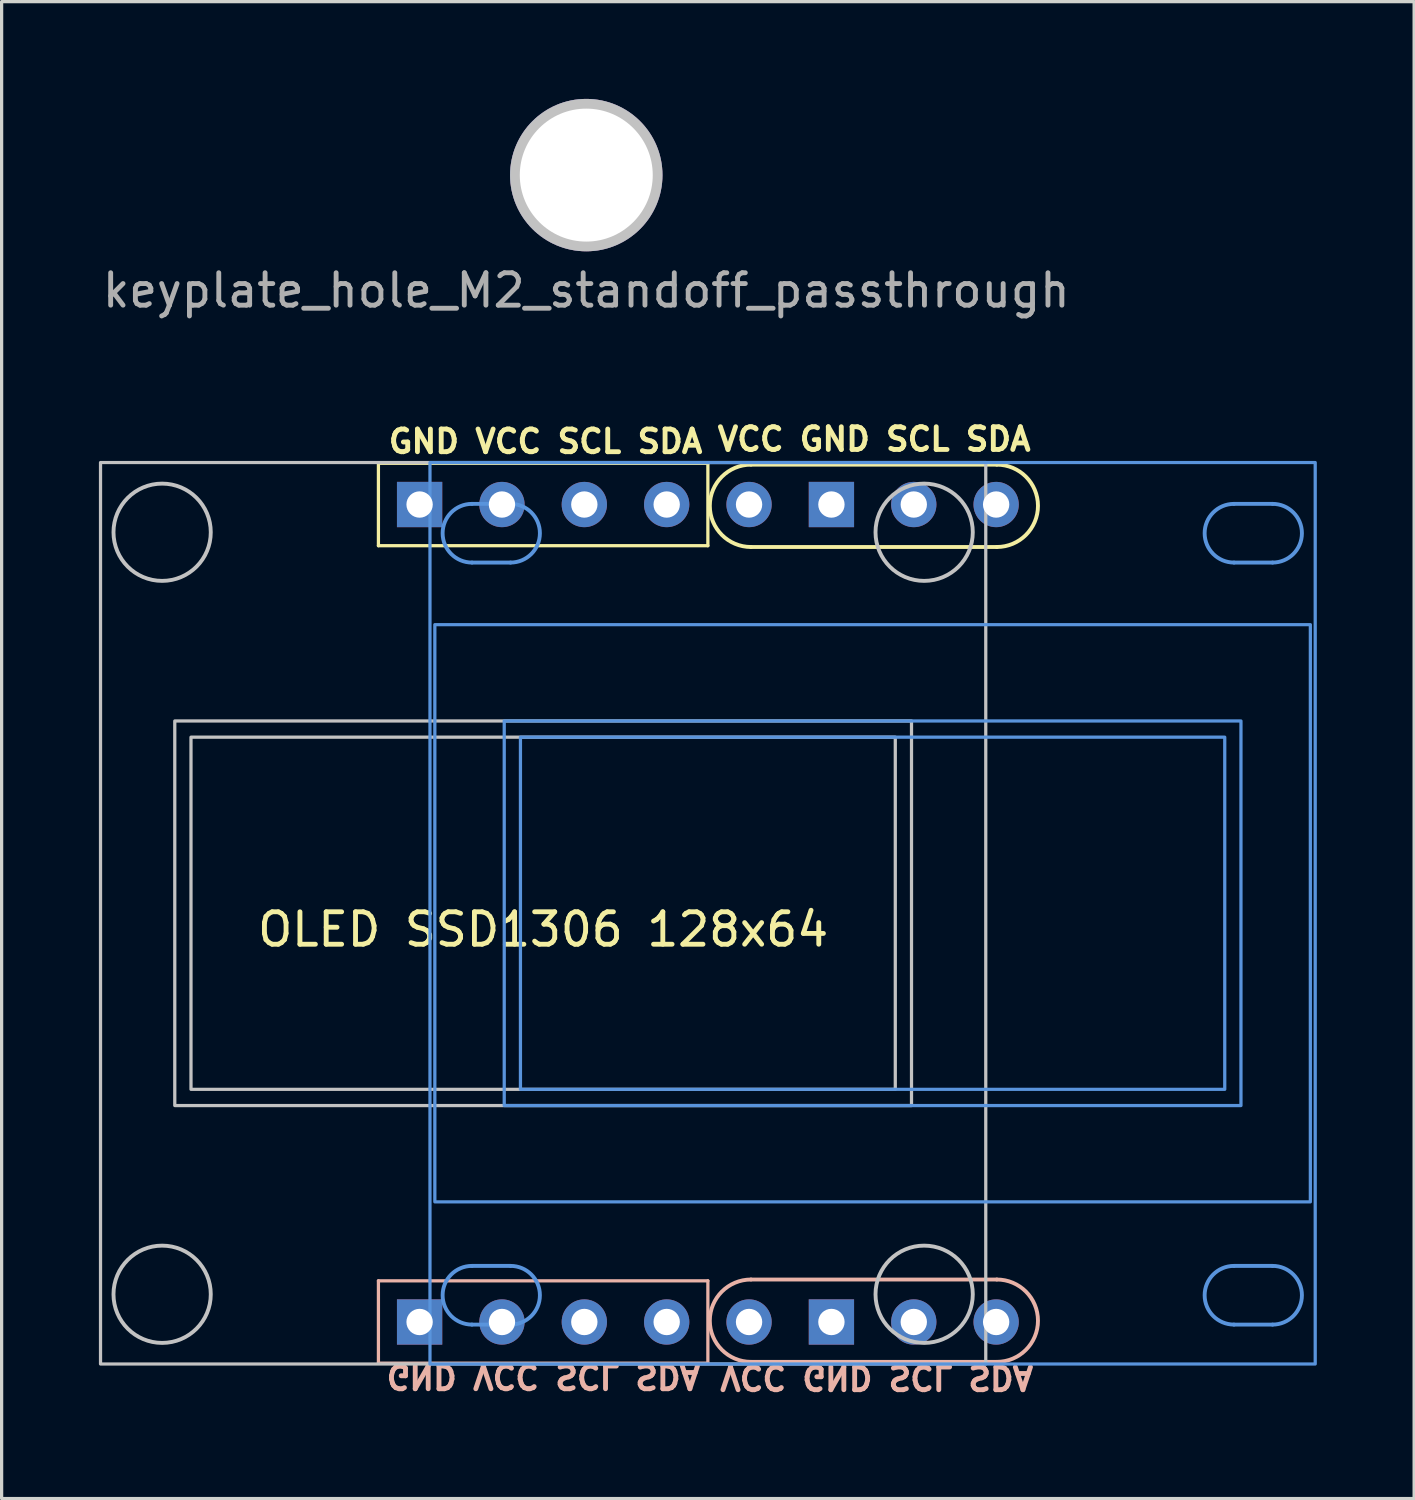
<source format=kicad_pcb>
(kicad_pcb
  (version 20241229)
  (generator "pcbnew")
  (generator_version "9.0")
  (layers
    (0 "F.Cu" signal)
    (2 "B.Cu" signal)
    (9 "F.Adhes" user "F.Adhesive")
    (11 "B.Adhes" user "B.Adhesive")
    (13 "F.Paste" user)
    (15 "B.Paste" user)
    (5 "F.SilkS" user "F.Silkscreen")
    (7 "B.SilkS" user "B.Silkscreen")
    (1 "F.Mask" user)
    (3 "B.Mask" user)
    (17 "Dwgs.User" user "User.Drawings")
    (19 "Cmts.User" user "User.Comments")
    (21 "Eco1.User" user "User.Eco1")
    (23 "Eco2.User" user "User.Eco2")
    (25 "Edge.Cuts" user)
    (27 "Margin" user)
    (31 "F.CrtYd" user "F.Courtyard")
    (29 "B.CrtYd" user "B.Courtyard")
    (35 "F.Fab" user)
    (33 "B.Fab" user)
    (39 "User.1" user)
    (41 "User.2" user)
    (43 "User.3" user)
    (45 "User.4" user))
  (footprint "OLED SSD1306 128x64"
    (layer "F.Cu")
    (at 13.69 25.144)
    (property "Reference" "OLED SSD1306 128x64" (at 0.01 0.47 0) (unlocked yes) (layer "F.SilkS") (effects (font (size 1 1) (thickness 0.15))))
    (attr through_hole exclude_from_pos_files exclude_from_bom)
    (fp_line (start -5.07 -11.365) (end -5.07 -13.905) (stroke (width 0.1) (type solid)) (layer "F.SilkS"))
    (fp_line (start -5.07 -11.365) (end 5.09 -11.365) (stroke (width 0.1) (type solid)) (layer "F.SilkS"))
    (fp_line (start 5.09 -13.905) (end -5.07 -13.905) (stroke (width 0.1) (type solid)) (layer "F.SilkS"))
    (fp_line (start 5.09 -13.905) (end 5.09 -11.365) (stroke (width 0.1) (type solid)) (layer "F.SilkS"))
    (fp_line (start 6.42 -11.325) (end 14 -11.325) (stroke (width 0.12) (type default)) (layer "F.SilkS"))
    (fp_line (start 14 -13.865) (end 6.42 -13.865) (stroke (width 0.12) (type default)) (layer "F.SilkS"))
    (fp_arc (start 6.42 -11.325) (mid 5.15 -12.595) (end 6.42 -13.865) (stroke (width 0.12) (type default)) (layer "F.SilkS"))
    (fp_arc (start 14 -13.865) (mid 15.27 -12.595) (end 14 -11.325) (stroke (width 0.12) (type default)) (layer "F.SilkS"))
    (fp_line (start -5.07 11.305) (end -5.07 13.845) (stroke (width 0.1) (type solid)) (layer "B.SilkS"))
    (fp_line (start -5.07 11.305) (end 5.09 11.305) (stroke (width 0.1) (type solid)) (layer "B.SilkS"))
    (fp_line (start 5.09 13.845) (end -5.07 13.845) (stroke (width 0.1) (type solid)) (layer "B.SilkS"))
    (fp_line (start 5.09 13.845) (end 5.09 11.305) (stroke (width 0.1) (type solid)) (layer "B.SilkS"))
    (fp_line (start 6.42 11.265) (end 14 11.265) (stroke (width 0.12) (type default)) (layer "B.SilkS"))
    (fp_line (start 14 13.805) (end 6.42 13.805) (stroke (width 0.12) (type default)) (layer "B.SilkS"))
    (fp_arc (start 6.42 13.805) (mid 5.15 12.535) (end 6.42 11.265) (stroke (width 0.12) (type default)) (layer "B.SilkS"))
    (fp_arc (start 14 11.265) (mid 15.27 12.535) (end 14 13.805) (stroke (width 0.12) (type default)) (layer "B.SilkS"))
    (fp_rect (start -11.35 5.9) (end 11.37 -5.96) (stroke (width 0.1) (type solid)) (fill no) (layer "Dwgs.User"))
    (fp_rect (start -10.85 5.4) (end 10.87 -5.46) (stroke (width 0.1) (type solid)) (fill no) (layer "Dwgs.User"))
    (fp_rect (start 13.66 13.87) (end -13.64 -13.93) (stroke (width 0.1) (type solid)) (fill no) (layer "Dwgs.User"))
    (fp_circle (center -11.74 -11.78) (end -10.24 -11.78) (stroke (width 0.12) (type default)) (fill no) (layer "Dwgs.User"))
    (fp_circle (center -11.74 11.72) (end -10.24 11.72) (stroke (width 0.12) (type default)) (fill no) (layer "Dwgs.User"))
    (fp_circle (center 11.76 -11.78) (end 13.26 -11.78) (stroke (width 0.12) (type default)) (fill no) (layer "Dwgs.User"))
    (fp_circle (center 11.76 11.72) (end 13.26 11.72) (stroke (width 0.12) (type default)) (fill no) (layer "Dwgs.User"))
    (fp_line (start -2.185 -10.845) (end -0.995 -10.845) (stroke (width 0.12) (type default)) (layer "Cmts.User"))
    (fp_line (start -2.185 12.655) (end -0.995 12.655) (stroke (width 0.12) (type default)) (layer "Cmts.User"))
    (fp_line (start -0.995 -12.655) (end -2.185 -12.655) (stroke (width 0.12) (type default)) (layer "Cmts.User"))
    (fp_line (start -0.995 10.845) (end -2.185 10.845) (stroke (width 0.12) (type default)) (layer "Cmts.User"))
    (fp_line (start 21.315 -10.845) (end 22.505 -10.845) (stroke (width 0.12) (type default)) (layer "Cmts.User"))
    (fp_line (start 21.315 12.655) (end 22.505 12.655) (stroke (width 0.12) (type default)) (layer "Cmts.User"))
    (fp_line (start 22.505 -12.655) (end 21.315 -12.655) (stroke (width 0.12) (type default)) (layer "Cmts.User"))
    (fp_line (start 22.505 10.845) (end 21.315 10.845) (stroke (width 0.12) (type default)) (layer "Cmts.User"))
    (fp_rect (start -3.48 -13.93) (end 23.82 13.87) (stroke (width 0.1) (type solid)) (fill no) (layer "Cmts.User"))
    (fp_rect (start 21.03 -5.46) (end -0.69 5.4) (stroke (width 0.1) (type solid)) (fill no) (layer "Cmts.User"))
    (fp_rect (start 21.53 -5.96) (end -1.19 5.9) (stroke (width 0.1) (type solid)) (fill no) (layer "Cmts.User"))
    (fp_rect (start 23.67 -8.93) (end -3.33 8.87) (stroke (width 0.1) (type solid)) (fill no) (layer "Cmts.User"))
    (fp_arc (start -2.185 -10.845) (mid -3.09 -11.75) (end -2.185 -12.655) (stroke (width 0.12) (type default)) (layer "Cmts.User"))
    (fp_arc (start -2.185 12.655) (mid -3.09 11.75) (end -2.185 10.845) (stroke (width 0.12) (type default)) (layer "Cmts.User"))
    (fp_arc (start -0.995 -12.655) (mid -0.09 -11.75) (end -0.995 -10.845) (stroke (width 0.12) (type default)) (layer "Cmts.User"))
    (fp_arc (start -0.995 10.845) (mid -0.09 11.75) (end -0.995 12.655) (stroke (width 0.12) (type default)) (layer "Cmts.User"))
    (fp_arc (start 21.315 -10.845) (mid 20.41 -11.75) (end 21.315 -12.655) (stroke (width 0.12) (type default)) (layer "Cmts.User"))
    (fp_arc (start 21.315 12.655) (mid 20.41 11.75) (end 21.315 10.845) (stroke (width 0.12) (type default)) (layer "Cmts.User"))
    (fp_arc (start 22.505 -12.655) (mid 23.41 -11.75) (end 22.505 -10.845) (stroke (width 0.12) (type default)) (layer "Cmts.User"))
    (fp_arc (start 22.505 10.845) (mid 23.41 11.75) (end 22.505 12.655) (stroke (width 0.12) (type default)) (layer "Cmts.User"))
    (fp_rect (start -13.48 -8.93) (end 13.49 8.86) (stroke (width 0.12) (type default)) (fill no) (layer "User.7"))
    (fp_rect (start -3.33 -8.93) (end 23.67 8.86) (stroke (width 0.12) (type default)) (fill no) (layer "User.7"))
    (fp_text user "SCL" (at 0.37 -14.17 0) (unlocked yes) (layer "F.SilkS") (effects (font (size 0.7 0.7) (thickness 0.15) (bold yes)) (justify left bottom)))
    (fp_text user "GND" (at 7.839 -14.24 0) (unlocked yes) (layer "F.SilkS") (effects (font (size 0.7 0.7) (thickness 0.15) (bold yes)) (justify left bottom)))
    (fp_text user "VCC" (at 5.311 -14.24 0) (unlocked yes) (layer "F.SilkS") (effects (font (size 0.7 0.7) (thickness 0.15) (bold yes)) (justify left bottom)))
    (fp_text user "GND" (at -4.832 -14.17 0) (unlocked yes) (layer "F.SilkS") (effects (font (size 0.7 0.7) (thickness 0.15) (bold yes)) (justify left bottom)))
    (fp_text user "SCL" (at 10.5 -14.24 0) (unlocked yes) (layer "F.SilkS") (effects (font (size 0.7 0.7) (thickness 0.15) (bold yes)) (justify left bottom)))
    (fp_text user "SDA" (at 2.838 -14.17 0) (unlocked yes) (layer "F.SilkS") (effects (font (size 0.7 0.7) (thickness 0.15) (bold yes)) (justify left bottom)))
    (fp_text user "SDA" (at 12.961 -14.24 0) (unlocked yes) (layer "F.SilkS") (effects (font (size 0.7 0.7) (thickness 0.15) (bold yes)) (justify left bottom)))
    (fp_text user "VCC" (at -2.164 -14.17 0) (unlocked yes) (layer "F.SilkS") (effects (font (size 0.7 0.7) (thickness 0.15) (bold yes)) (justify left bottom)))
    (fp_text user "SDA" (at 13.04 13.87 180) (unlocked yes) (layer "B.SilkS") (effects (font (size 0.7 0.7) (thickness 0.15) (bold yes)) (justify left bottom mirror)))
    (fp_text user "GND" (at 7.918 13.87 180) (unlocked yes) (layer "B.SilkS") (effects (font (size 0.7 0.7) (thickness 0.15) (bold yes)) (justify left bottom mirror)))
    (fp_text user "SCL" (at 10.579 13.87 180) (unlocked yes) (layer "B.SilkS") (effects (font (size 0.7 0.7) (thickness 0.15) (bold yes)) (justify left bottom mirror)))
    (fp_text user "VCC" (at 5.39 13.87 180) (unlocked yes) (layer "B.SilkS") (effects (font (size 0.7 0.7) (thickness 0.15) (bold yes)) (justify left bottom mirror)))
    (fp_text user "SCL" (at 0.302 13.84 180) (unlocked yes) (layer "B.SilkS") (effects (font (size 0.7 0.7) (thickness 0.15) (bold yes)) (justify left bottom mirror)))
    (fp_text user "SDA" (at 2.77 13.84 180) (unlocked yes) (layer "B.SilkS") (effects (font (size 0.7 0.7) (thickness 0.15) (bold yes)) (justify left bottom mirror)))
    (fp_text user "GND" (at -4.9 13.84 180) (unlocked yes) (layer "B.SilkS") (effects (font (size 0.7 0.7) (thickness 0.15) (bold yes)) (justify left bottom mirror)))
    (fp_text user "VCC" (at -2.232 13.84 180) (unlocked yes) (layer "B.SilkS") (effects (font (size 0.7 0.7) (thickness 0.15) (bold yes)) (justify left bottom mirror)))
    (pad "1" thru_hole circle (at 3.82 -12.635) (size 1.397 1.397) (drill 0.813) (layers "*.Cu" "B.Mask"))
    (pad "1" thru_hole circle (at 3.82 12.575 180) (size 1.397 1.397) (drill 0.813) (layers "*.Cu" "F.Mask"))
    (pad "1" thru_hole circle (at 13.98 -12.635) (size 1.397 1.397) (drill 0.813) (layers "*.Cu" "B.Mask"))
    (pad "1" thru_hole circle (at 13.98 12.575 180) (size 1.397 1.397) (drill 0.813) (layers "*.Cu" "F.Mask"))
    (pad "2" thru_hole circle (at 1.28 -12.635) (size 1.397 1.397) (drill 0.813) (layers "*.Cu" "B.Mask"))
    (pad "2" thru_hole circle (at 1.28 12.575 180) (size 1.397 1.397) (drill 0.813) (layers "*.Cu" "F.Mask"))
    (pad "2" thru_hole circle (at 11.44 -12.635) (size 1.397 1.397) (drill 0.813) (layers "*.Cu" "B.Mask"))
    (pad "2" thru_hole circle (at 11.44 12.575 180) (size 1.397 1.397) (drill 0.813) (layers "*.Cu" "F.Mask"))
    (pad "3" thru_hole circle (at -1.26 -12.635) (size 1.397 1.397) (drill 0.813) (layers "*.Cu" "B.Mask"))
    (pad "3" thru_hole circle (at -1.26 12.575 180) (size 1.397 1.397) (drill 0.813) (layers "*.Cu" "F.Mask"))
    (pad "3" thru_hole circle (at 6.36 -12.635) (size 1.397 1.397) (drill 0.813) (layers "*.Cu" "B.Mask"))
    (pad "3" thru_hole circle (at 6.36 12.575 180) (size 1.397 1.397) (drill 0.813) (layers "*.Cu" "F.Mask"))
    (pad "4" thru_hole rect (at -3.8 -12.635) (size 1.397 1.397) (drill 0.813) (layers "*.Cu" "B.Mask"))
    (pad "4" thru_hole rect (at -3.8 12.575 180) (size 1.397 1.397) (drill 0.813) (layers "*.Cu" "F.Mask"))
    (pad "4" thru_hole rect (at 8.9 -12.635) (size 1.397 1.397) (drill 0.813) (layers "*.Cu" "B.Mask"))
    (pad "4" thru_hole rect (at 8.9 12.575 180) (size 1.397 1.397) (drill 0.813) (layers "*.Cu" "F.Mask")))
  (footprint "keyplate_hole_M2_standoff_passthrough"
    (layer "F.Cu")
    (at 15.03 2.35)
    (property "Reference" "keyplate_hole_M2_standoff_passthrough" (at 0 3.556 0) (unlocked yes) (layer "F.Fab") (effects (font (size 1 1) (thickness 0.15))))
    (attr through_hole exclude_from_pos_files exclude_from_bom)
    (fp_circle (center 0 0) (end 2.05 0) (stroke (width 0.1) (type default)) (fill no) (layer "User.3"))
    (fp_circle (center 0 0) (end 2.05 0) (stroke (width 0.1) (type default)) (fill no) (layer "User.4"))
    (fp_circle (center 0 0) (end 1.1 0) (stroke (width 0.1) (type default)) (fill no) (layer "User.6"))
    (fp_circle (center 0 0) (end 1.1 0) (stroke (width 0.1) (type default)) (fill no) (layer "User.7"))
    (fp_circle (center 0 0) (end 1.1 0) (stroke (width 0.1) (type default)) (fill no) (layer "User.8"))
    (fp_circle (center 0 0) (end 1.1 0) (stroke (width 0.1) (type default)) (fill no) (layer "User.9"))
    (pad "" thru_hole circle (at 0 0 90) (size 4.7 4.7) (drill 4.1) (layers "*.Cu" "*.Mask" "Dwgs.User")))
  (gr_rect
    (start -3 -3)
    (end 40.56 43.164)
    (stroke (width 0.1) (type default))
    (fill no)
    (layer "Edge.Cuts")))
</source>
